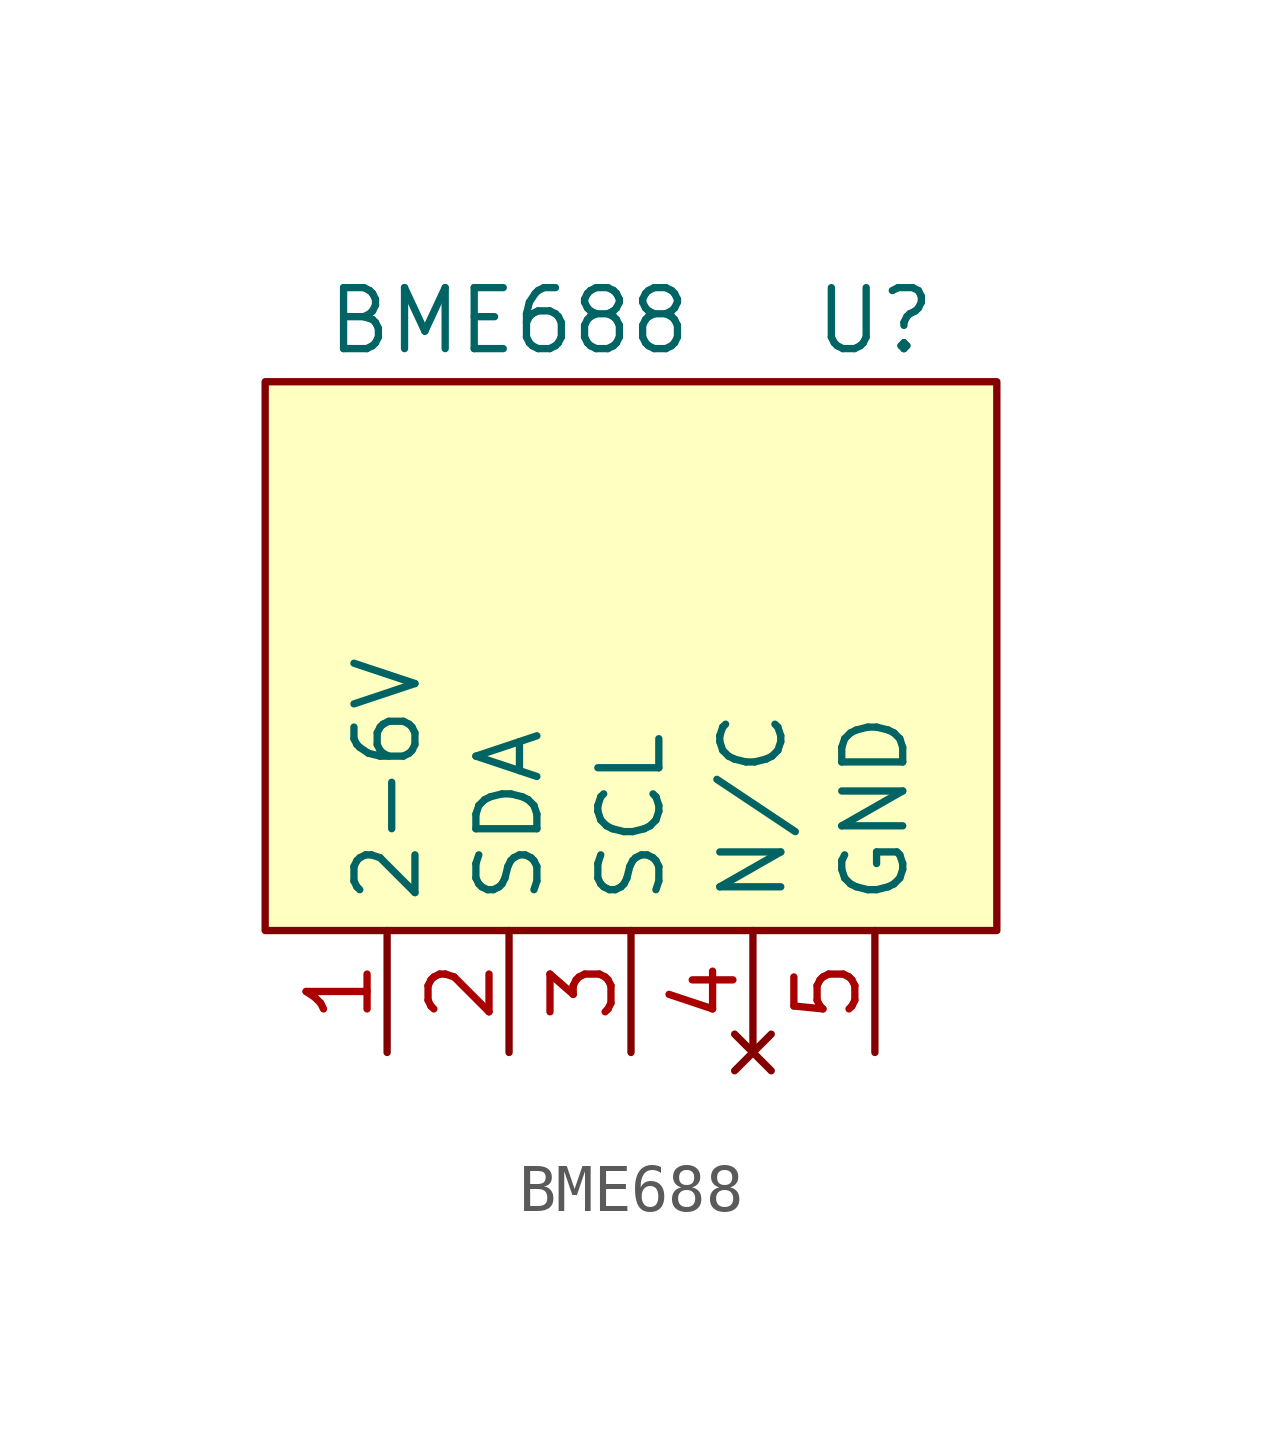
<source format=kicad_sym>
(kicad_symbol_lib
  (version 20211014)
  (generator kicad_symbol_editor)
  (symbol "BME688"
    (property "Reference" "U"
      (at 6.35 2.54 0)
      (effects (font (size 1.27 1.27))))
    (property "Value" "BME688"
      (at -1.27 2.54 0)
      (effects (font (size 1.27 1.27))))
    (symbol "BME688_0_1"
      (rectangle (start -6.35 1.27) (end 8.89 -10.16) (stroke (width 0) (type default) (color 0 0 0 0)) (fill (type background))))
    (symbol "BME688_1_1"
      (pin power_in line (at -3.81 -12.7 90) (length 2.54) (name "2-6V" (effects (font (size 1.27 1.27)))) (number "1" (effects (font (size 1.27 1.27)))))
      (pin bidirectional line (at -1.27 -12.7 90) (length 2.54) (name "SDA" (effects (font (size 1.27 1.27)))) (number "2" (effects (font (size 1.27 1.27)))))
      (pin bidirectional line (at 1.27 -12.7 90) (length 2.54) (name "SCL" (effects (font (size 1.27 1.27)))) (number "3" (effects (font (size 1.27 1.27)))))
      (pin no_connect line (at 3.81 -12.7 90) (length 2.54) (name "N/C" (effects (font (size 1.27 1.27)))) (number "4" (effects (font (size 1.27 1.27)))))
      (pin power_in line (at 6.35 -12.7 90) (length 2.54) (name "GND" (effects (font (size 1.27 1.27)))) (number "5" (effects (font (size 1.27 1.27))))))))
</source>
